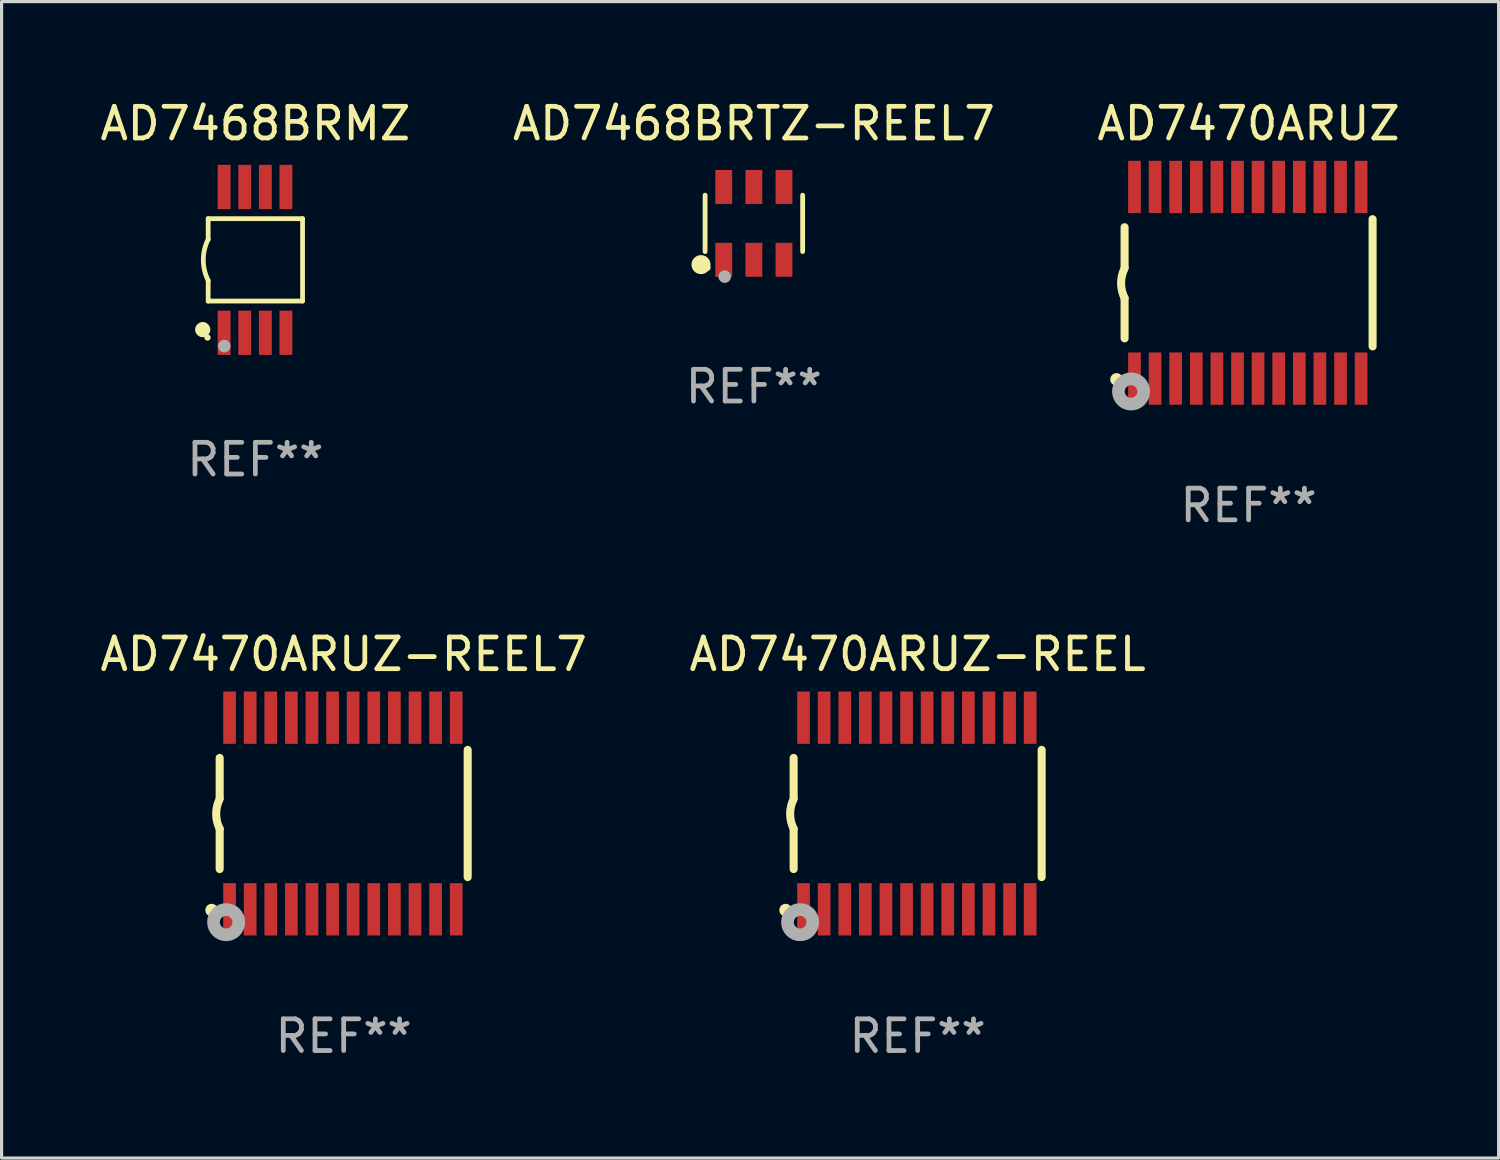
<source format=kicad_pcb>
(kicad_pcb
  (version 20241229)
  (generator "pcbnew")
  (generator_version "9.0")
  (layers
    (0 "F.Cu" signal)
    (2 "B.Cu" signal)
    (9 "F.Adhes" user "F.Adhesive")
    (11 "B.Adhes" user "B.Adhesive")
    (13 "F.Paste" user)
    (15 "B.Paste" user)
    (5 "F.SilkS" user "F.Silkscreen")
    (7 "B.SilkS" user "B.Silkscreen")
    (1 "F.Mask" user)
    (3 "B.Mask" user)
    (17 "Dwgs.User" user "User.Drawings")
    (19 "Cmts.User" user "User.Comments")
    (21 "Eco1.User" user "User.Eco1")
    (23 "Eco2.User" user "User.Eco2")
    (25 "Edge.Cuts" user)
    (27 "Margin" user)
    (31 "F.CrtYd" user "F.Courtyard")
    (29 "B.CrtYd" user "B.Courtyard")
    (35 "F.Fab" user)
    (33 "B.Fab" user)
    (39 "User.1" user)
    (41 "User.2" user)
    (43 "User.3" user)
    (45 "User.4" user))
  (footprint "AD7468BRTZ-REEL7"
    (layer "F.Cu")
    (at 20.732 3.997)
    (property "Reference" "AD7468BRTZ-REEL7" (at 0 -3.149 0) (layer "F.SilkS") (effects (font (size 1 1) (thickness 0.15))))
    (attr through_hole)
    (fp_line (start -1.539 0.889) (end -1.539 -0.889) (stroke (width 0.152) (type solid)) (layer "F.SilkS"))
    (fp_line (start 1.539 0.889) (end 1.539 -0.889) (stroke (width 0.152) (type solid)) (layer "F.SilkS"))
    (fp_circle (center -1.668 1.301) (end -1.518 1.301) (stroke (width 0.3) (type solid)) (fill no) (layer "F.SilkS"))
    (fp_circle (center -1.463 1.4) (end -1.413 1.4) (stroke (width 0.1) (type solid)) (fill no) (layer "F.SilkS"))
    (fp_circle (center -0.92 1.68) (end -0.82 1.68) (stroke (width 0.2) (type solid)) (fill no) (layer "F.Fab"))
    (fp_text user "REF**" (at 0 5.149 0) (layer "F.Fab") (effects (font (size 1 1) (thickness 0.15))))
    (pad "1" smd rect (at -0.95 1.149) (size 0.532 1.072) (layers "F.Cu" "F.Mask" "F.Paste"))
    (pad "2" smd rect (at 0 1.149) (size 0.532 1.072) (layers "F.Cu" "F.Mask" "F.Paste"))
    (pad "3" smd rect (at 0.95 1.149) (size 0.532 1.072) (layers "F.Cu" "F.Mask" "F.Paste"))
    (pad "4" smd rect (at 0.95 -1.149) (size 0.532 1.072) (layers "F.Cu" "F.Mask" "F.Paste"))
    (pad "5" smd rect (at 0 -1.149) (size 0.532 1.072) (layers "F.Cu" "F.Mask" "F.Paste"))
    (pad "6" smd rect (at -0.95 -1.149) (size 0.532 1.072) (layers "F.Cu" "F.Mask" "F.Paste")))
  (footprint "AD7470ARUZ"
    (layer "F.Cu")
    (at 36.339 5.871)
    (property "Reference" "AD7470ARUZ" (at 0 -5.023 0) (layer "F.SilkS") (effects (font (size 1 1) (thickness 0.15))))
    (attr through_hole)
    (fp_line (start -3.912 -0.483) (end -3.912 -1.753) (stroke (width 0.254) (type solid)) (layer "F.SilkS"))
    (fp_line (start -3.912 1.753) (end -3.912 0.483) (stroke (width 0.254) (type solid)) (layer "F.SilkS"))
    (fp_line (start 3.912 -2.007) (end 3.912 2.007) (stroke (width 0.254) (type solid)) (layer "F.SilkS"))
    (fp_arc (start -3.911608 0.482601) (mid -4.022537 0.0127) (end -3.911608 -0.457201) (stroke (width 0.254001) (type solid)) (layer "F.SilkS"))
    (fp_circle (center -4.166 3.048) (end -4.066 3.048) (stroke (width 0.2) (type solid)) (fill no) (layer "F.SilkS"))
    (fp_circle (center -3.925 3.186) (end -3.895 3.186) (stroke (width 0.06) (type solid)) (fill no) (layer "F.SilkS"))
    (fp_circle (center -3.708 3.429) (end -3.509 3.429) (stroke (width 0.4) (type solid)) (fill no) (layer "F.Fab"))
    (fp_text user "REF**" (at 0 7.023 0) (layer "F.Fab") (effects (font (size 1 1) (thickness 0.15))))
    (pad "1" smd rect (at -3.6 3.023) (size 0.4 1.65) (layers "F.Cu" "F.Mask" "F.Paste"))
    (pad "2" smd rect (at -2.95 3.023) (size 0.4 1.65) (layers "F.Cu" "F.Mask" "F.Paste"))
    (pad "3" smd rect (at -2.3 3.023) (size 0.4 1.65) (layers "F.Cu" "F.Mask" "F.Paste"))
    (pad "4" smd rect (at -1.65 3.023) (size 0.4 1.65) (layers "F.Cu" "F.Mask" "F.Paste"))
    (pad "5" smd rect (at -1 3.023) (size 0.4 1.65) (layers "F.Cu" "F.Mask" "F.Paste"))
    (pad "6" smd rect (at -0.35 3.023) (size 0.4 1.65) (layers "F.Cu" "F.Mask" "F.Paste"))
    (pad "7" smd rect (at 0.299 3.023) (size 0.4 1.65) (layers "F.Cu" "F.Mask" "F.Paste"))
    (pad "8" smd rect (at 0.95 3.023) (size 0.4 1.65) (layers "F.Cu" "F.Mask" "F.Paste"))
    (pad "9" smd rect (at 1.6 3.023) (size 0.4 1.65) (layers "F.Cu" "F.Mask" "F.Paste"))
    (pad "10" smd rect (at 2.25 3.023) (size 0.4 1.65) (layers "F.Cu" "F.Mask" "F.Paste"))
    (pad "11" smd rect (at 2.9 3.023) (size 0.4 1.65) (layers "F.Cu" "F.Mask" "F.Paste"))
    (pad "12" smd rect (at 3.549 3.023) (size 0.4 1.65) (layers "F.Cu" "F.Mask" "F.Paste"))
    (pad "13" smd rect (at 3.549 -3.023) (size 0.4 1.65) (layers "F.Cu" "F.Mask" "F.Paste"))
    (pad "14" smd rect (at 2.9 -3.023) (size 0.4 1.65) (layers "F.Cu" "F.Mask" "F.Paste"))
    (pad "15" smd rect (at 2.25 -3.023) (size 0.4 1.65) (layers "F.Cu" "F.Mask" "F.Paste"))
    (pad "16" smd rect (at 1.6 -3.023) (size 0.4 1.65) (layers "F.Cu" "F.Mask" "F.Paste"))
    (pad "17" smd rect (at 0.95 -3.023) (size 0.4 1.65) (layers "F.Cu" "F.Mask" "F.Paste"))
    (pad "18" smd rect (at 0.299 -3.023) (size 0.4 1.65) (layers "F.Cu" "F.Mask" "F.Paste"))
    (pad "19" smd rect (at -0.35 -3.023) (size 0.4 1.65) (layers "F.Cu" "F.Mask" "F.Paste"))
    (pad "20" smd rect (at -1 -3.023) (size 0.4 1.65) (layers "F.Cu" "F.Mask" "F.Paste"))
    (pad "21" smd rect (at -1.65 -3.023) (size 0.4 1.65) (layers "F.Cu" "F.Mask" "F.Paste"))
    (pad "22" smd rect (at -2.3 -3.023) (size 0.4 1.65) (layers "F.Cu" "F.Mask" "F.Paste"))
    (pad "23" smd rect (at -2.95 -3.023) (size 0.4 1.65) (layers "F.Cu" "F.Mask" "F.Paste"))
    (pad "24" smd rect (at -3.6 -3.023) (size 0.4 1.65) (layers "F.Cu" "F.Mask" "F.Paste")))
  (footprint "AD7470ARUZ-REEL"
    (layer "F.Cu")
    (at 25.899 22.613)
    (property "Reference" "AD7470ARUZ-REEL" (at 0 -5.023 0) (layer "F.SilkS") (effects (font (size 1 1) (thickness 0.15))))
    (attr through_hole)
    (fp_line (start -3.912 -0.483) (end -3.912 -1.753) (stroke (width 0.254) (type solid)) (layer "F.SilkS"))
    (fp_line (start -3.912 1.753) (end -3.912 0.483) (stroke (width 0.254) (type solid)) (layer "F.SilkS"))
    (fp_line (start 3.912 -2.007) (end 3.912 2.007) (stroke (width 0.254) (type solid)) (layer "F.SilkS"))
    (fp_arc (start -3.911608 0.482601) (mid -4.022537 0.0127) (end -3.911608 -0.457201) (stroke (width 0.254001) (type solid)) (layer "F.SilkS"))
    (fp_circle (center -4.166 3.048) (end -4.066 3.048) (stroke (width 0.2) (type solid)) (fill no) (layer "F.SilkS"))
    (fp_circle (center -3.925 3.186) (end -3.895 3.186) (stroke (width 0.06) (type solid)) (fill no) (layer "F.SilkS"))
    (fp_circle (center -3.708 3.429) (end -3.509 3.429) (stroke (width 0.4) (type solid)) (fill no) (layer "F.Fab"))
    (fp_text user "REF**" (at 0 7.023 0) (layer "F.Fab") (effects (font (size 1 1) (thickness 0.15))))
    (pad "1" smd rect (at -3.6 3.023) (size 0.4 1.65) (layers "F.Cu" "F.Mask" "F.Paste"))
    (pad "2" smd rect (at -2.95 3.023) (size 0.4 1.65) (layers "F.Cu" "F.Mask" "F.Paste"))
    (pad "3" smd rect (at -2.3 3.023) (size 0.4 1.65) (layers "F.Cu" "F.Mask" "F.Paste"))
    (pad "4" smd rect (at -1.65 3.023) (size 0.4 1.65) (layers "F.Cu" "F.Mask" "F.Paste"))
    (pad "5" smd rect (at -1 3.023) (size 0.4 1.65) (layers "F.Cu" "F.Mask" "F.Paste"))
    (pad "6" smd rect (at -0.35 3.023) (size 0.4 1.65) (layers "F.Cu" "F.Mask" "F.Paste"))
    (pad "7" smd rect (at 0.299 3.023) (size 0.4 1.65) (layers "F.Cu" "F.Mask" "F.Paste"))
    (pad "8" smd rect (at 0.95 3.023) (size 0.4 1.65) (layers "F.Cu" "F.Mask" "F.Paste"))
    (pad "9" smd rect (at 1.6 3.023) (size 0.4 1.65) (layers "F.Cu" "F.Mask" "F.Paste"))
    (pad "10" smd rect (at 2.25 3.023) (size 0.4 1.65) (layers "F.Cu" "F.Mask" "F.Paste"))
    (pad "11" smd rect (at 2.9 3.023) (size 0.4 1.65) (layers "F.Cu" "F.Mask" "F.Paste"))
    (pad "12" smd rect (at 3.549 3.023) (size 0.4 1.65) (layers "F.Cu" "F.Mask" "F.Paste"))
    (pad "13" smd rect (at 3.549 -3.023) (size 0.4 1.65) (layers "F.Cu" "F.Mask" "F.Paste"))
    (pad "14" smd rect (at 2.9 -3.023) (size 0.4 1.65) (layers "F.Cu" "F.Mask" "F.Paste"))
    (pad "15" smd rect (at 2.25 -3.023) (size 0.4 1.65) (layers "F.Cu" "F.Mask" "F.Paste"))
    (pad "16" smd rect (at 1.6 -3.023) (size 0.4 1.65) (layers "F.Cu" "F.Mask" "F.Paste"))
    (pad "17" smd rect (at 0.95 -3.023) (size 0.4 1.65) (layers "F.Cu" "F.Mask" "F.Paste"))
    (pad "18" smd rect (at 0.299 -3.023) (size 0.4 1.65) (layers "F.Cu" "F.Mask" "F.Paste"))
    (pad "19" smd rect (at -0.35 -3.023) (size 0.4 1.65) (layers "F.Cu" "F.Mask" "F.Paste"))
    (pad "20" smd rect (at -1 -3.023) (size 0.4 1.65) (layers "F.Cu" "F.Mask" "F.Paste"))
    (pad "21" smd rect (at -1.65 -3.023) (size 0.4 1.65) (layers "F.Cu" "F.Mask" "F.Paste"))
    (pad "22" smd rect (at -2.3 -3.023) (size 0.4 1.65) (layers "F.Cu" "F.Mask" "F.Paste"))
    (pad "23" smd rect (at -2.95 -3.023) (size 0.4 1.65) (layers "F.Cu" "F.Mask" "F.Paste"))
    (pad "24" smd rect (at -3.6 -3.023) (size 0.4 1.65) (layers "F.Cu" "F.Mask" "F.Paste")))
  (footprint "AD7470ARUZ-REEL7"
    (layer "F.Cu")
    (at 7.792 22.613)
    (property "Reference" "AD7470ARUZ-REEL7" (at 0 -5.023 0) (layer "F.SilkS") (effects (font (size 1 1) (thickness 0.15))))
    (attr through_hole)
    (fp_line (start -3.912 -0.483) (end -3.912 -1.753) (stroke (width 0.254) (type solid)) (layer "F.SilkS"))
    (fp_line (start -3.912 1.753) (end -3.912 0.483) (stroke (width 0.254) (type solid)) (layer "F.SilkS"))
    (fp_line (start 3.912 -2.007) (end 3.912 2.007) (stroke (width 0.254) (type solid)) (layer "F.SilkS"))
    (fp_arc (start -3.911608 0.482601) (mid -4.022537 0.0127) (end -3.911608 -0.457201) (stroke (width 0.254001) (type solid)) (layer "F.SilkS"))
    (fp_circle (center -4.166 3.048) (end -4.066 3.048) (stroke (width 0.2) (type solid)) (fill no) (layer "F.SilkS"))
    (fp_circle (center -3.925 3.186) (end -3.895 3.186) (stroke (width 0.06) (type solid)) (fill no) (layer "F.SilkS"))
    (fp_circle (center -3.708 3.429) (end -3.509 3.429) (stroke (width 0.4) (type solid)) (fill no) (layer "F.Fab"))
    (fp_text user "REF**" (at 0 7.023 0) (layer "F.Fab") (effects (font (size 1 1) (thickness 0.15))))
    (pad "1" smd rect (at -3.6 3.023) (size 0.4 1.65) (layers "F.Cu" "F.Mask" "F.Paste"))
    (pad "2" smd rect (at -2.95 3.023) (size 0.4 1.65) (layers "F.Cu" "F.Mask" "F.Paste"))
    (pad "3" smd rect (at -2.3 3.023) (size 0.4 1.65) (layers "F.Cu" "F.Mask" "F.Paste"))
    (pad "4" smd rect (at -1.65 3.023) (size 0.4 1.65) (layers "F.Cu" "F.Mask" "F.Paste"))
    (pad "5" smd rect (at -1 3.023) (size 0.4 1.65) (layers "F.Cu" "F.Mask" "F.Paste"))
    (pad "6" smd rect (at -0.35 3.023) (size 0.4 1.65) (layers "F.Cu" "F.Mask" "F.Paste"))
    (pad "7" smd rect (at 0.299 3.023) (size 0.4 1.65) (layers "F.Cu" "F.Mask" "F.Paste"))
    (pad "8" smd rect (at 0.95 3.023) (size 0.4 1.65) (layers "F.Cu" "F.Mask" "F.Paste"))
    (pad "9" smd rect (at 1.6 3.023) (size 0.4 1.65) (layers "F.Cu" "F.Mask" "F.Paste"))
    (pad "10" smd rect (at 2.25 3.023) (size 0.4 1.65) (layers "F.Cu" "F.Mask" "F.Paste"))
    (pad "11" smd rect (at 2.9 3.023) (size 0.4 1.65) (layers "F.Cu" "F.Mask" "F.Paste"))
    (pad "12" smd rect (at 3.549 3.023) (size 0.4 1.65) (layers "F.Cu" "F.Mask" "F.Paste"))
    (pad "13" smd rect (at 3.549 -3.023) (size 0.4 1.65) (layers "F.Cu" "F.Mask" "F.Paste"))
    (pad "14" smd rect (at 2.9 -3.023) (size 0.4 1.65) (layers "F.Cu" "F.Mask" "F.Paste"))
    (pad "15" smd rect (at 2.25 -3.023) (size 0.4 1.65) (layers "F.Cu" "F.Mask" "F.Paste"))
    (pad "16" smd rect (at 1.6 -3.023) (size 0.4 1.65) (layers "F.Cu" "F.Mask" "F.Paste"))
    (pad "17" smd rect (at 0.95 -3.023) (size 0.4 1.65) (layers "F.Cu" "F.Mask" "F.Paste"))
    (pad "18" smd rect (at 0.299 -3.023) (size 0.4 1.65) (layers "F.Cu" "F.Mask" "F.Paste"))
    (pad "19" smd rect (at -0.35 -3.023) (size 0.4 1.65) (layers "F.Cu" "F.Mask" "F.Paste"))
    (pad "20" smd rect (at -1 -3.023) (size 0.4 1.65) (layers "F.Cu" "F.Mask" "F.Paste"))
    (pad "21" smd rect (at -1.65 -3.023) (size 0.4 1.65) (layers "F.Cu" "F.Mask" "F.Paste"))
    (pad "22" smd rect (at -2.3 -3.023) (size 0.4 1.65) (layers "F.Cu" "F.Mask" "F.Paste"))
    (pad "23" smd rect (at -2.95 -3.023) (size 0.4 1.65) (layers "F.Cu" "F.Mask" "F.Paste"))
    (pad "24" smd rect (at -3.6 -3.023) (size 0.4 1.65) (layers "F.Cu" "F.Mask" "F.Paste")))
  (footprint "AD7468BRMZ"
    (layer "F.Cu")
    (at 5.006 5.148)
    (property "Reference" "AD7468BRMZ" (at 0 -4.3 0) (layer "F.SilkS") (effects (font (size 1 1) (thickness 0.15))))
    (attr through_hole)
    (fp_line (start -1.489 -1.3) (end -1.489 -0.648) (stroke (width 0.15) (type solid)) (layer "F.SilkS"))
    (fp_line (start -1.489 0.648) (end -1.489 1.3) (stroke (width 0.15) (type solid)) (layer "F.SilkS"))
    (fp_line (start -1.489 1.3) (end 1.489 1.3) (stroke (width 0.15) (type solid)) (layer "F.SilkS"))
    (fp_line (start 1.489 -1.3) (end -1.489 -1.3) (stroke (width 0.15) (type solid)) (layer "F.SilkS"))
    (fp_line (start 1.489 1.3) (end 1.489 -1.3) (stroke (width 0.15) (type solid)) (layer "F.SilkS"))
    (fp_arc (start -1.489205 0.647702) (mid -1.642107 0) (end -1.489205 -0.647701) (stroke (width 0.150013) (type solid)) (layer "F.SilkS"))
    (fp_circle (center -1.661 2.2) (end -1.541 2.2) (stroke (width 0.24) (type solid)) (fill no) (layer "F.SilkS"))
    (fp_circle (center -1.511 2.45) (end -1.461 2.45) (stroke (width 0.1) (type solid)) (fill no) (layer "F.SilkS"))
    (fp_circle (center -0.981 2.72) (end -0.881 2.72) (stroke (width 0.2) (type solid)) (fill no) (layer "F.Fab"))
    (fp_text user "REF**" (at 0 6.3 0) (layer "F.Fab") (effects (font (size 1 1) (thickness 0.15))))
    (pad "1" smd rect (at -0.986 2.3) (size 0.406 1.397) (layers "F.Cu" "F.Mask" "F.Paste"))
    (pad "2" smd rect (at -0.336 2.3) (size 0.406 1.397) (layers "F.Cu" "F.Mask" "F.Paste"))
    (pad "3" smd rect (at 0.314 2.3) (size 0.406 1.397) (layers "F.Cu" "F.Mask" "F.Paste"))
    (pad "4" smd rect (at 0.964 2.3) (size 0.406 1.397) (layers "F.Cu" "F.Mask" "F.Paste"))
    (pad "5" smd rect (at 0.964 -2.3) (size 0.406 1.397) (layers "F.Cu" "F.Mask" "F.Paste"))
    (pad "6" smd rect (at 0.314 -2.3) (size 0.406 1.397) (layers "F.Cu" "F.Mask" "F.Paste"))
    (pad "7" smd rect (at -0.336 -2.3) (size 0.406 1.397) (layers "F.Cu" "F.Mask" "F.Paste"))
    (pad "8" smd rect (at -0.986 -2.3) (size 0.406 1.397) (layers "F.Cu" "F.Mask" "F.Paste")))
  (gr_rect
    (start -3 -3)
    (end 44.226 33.483)
    (stroke (width 0.1) (type default))
    (fill no)
    (layer "Edge.Cuts")))
</source>
